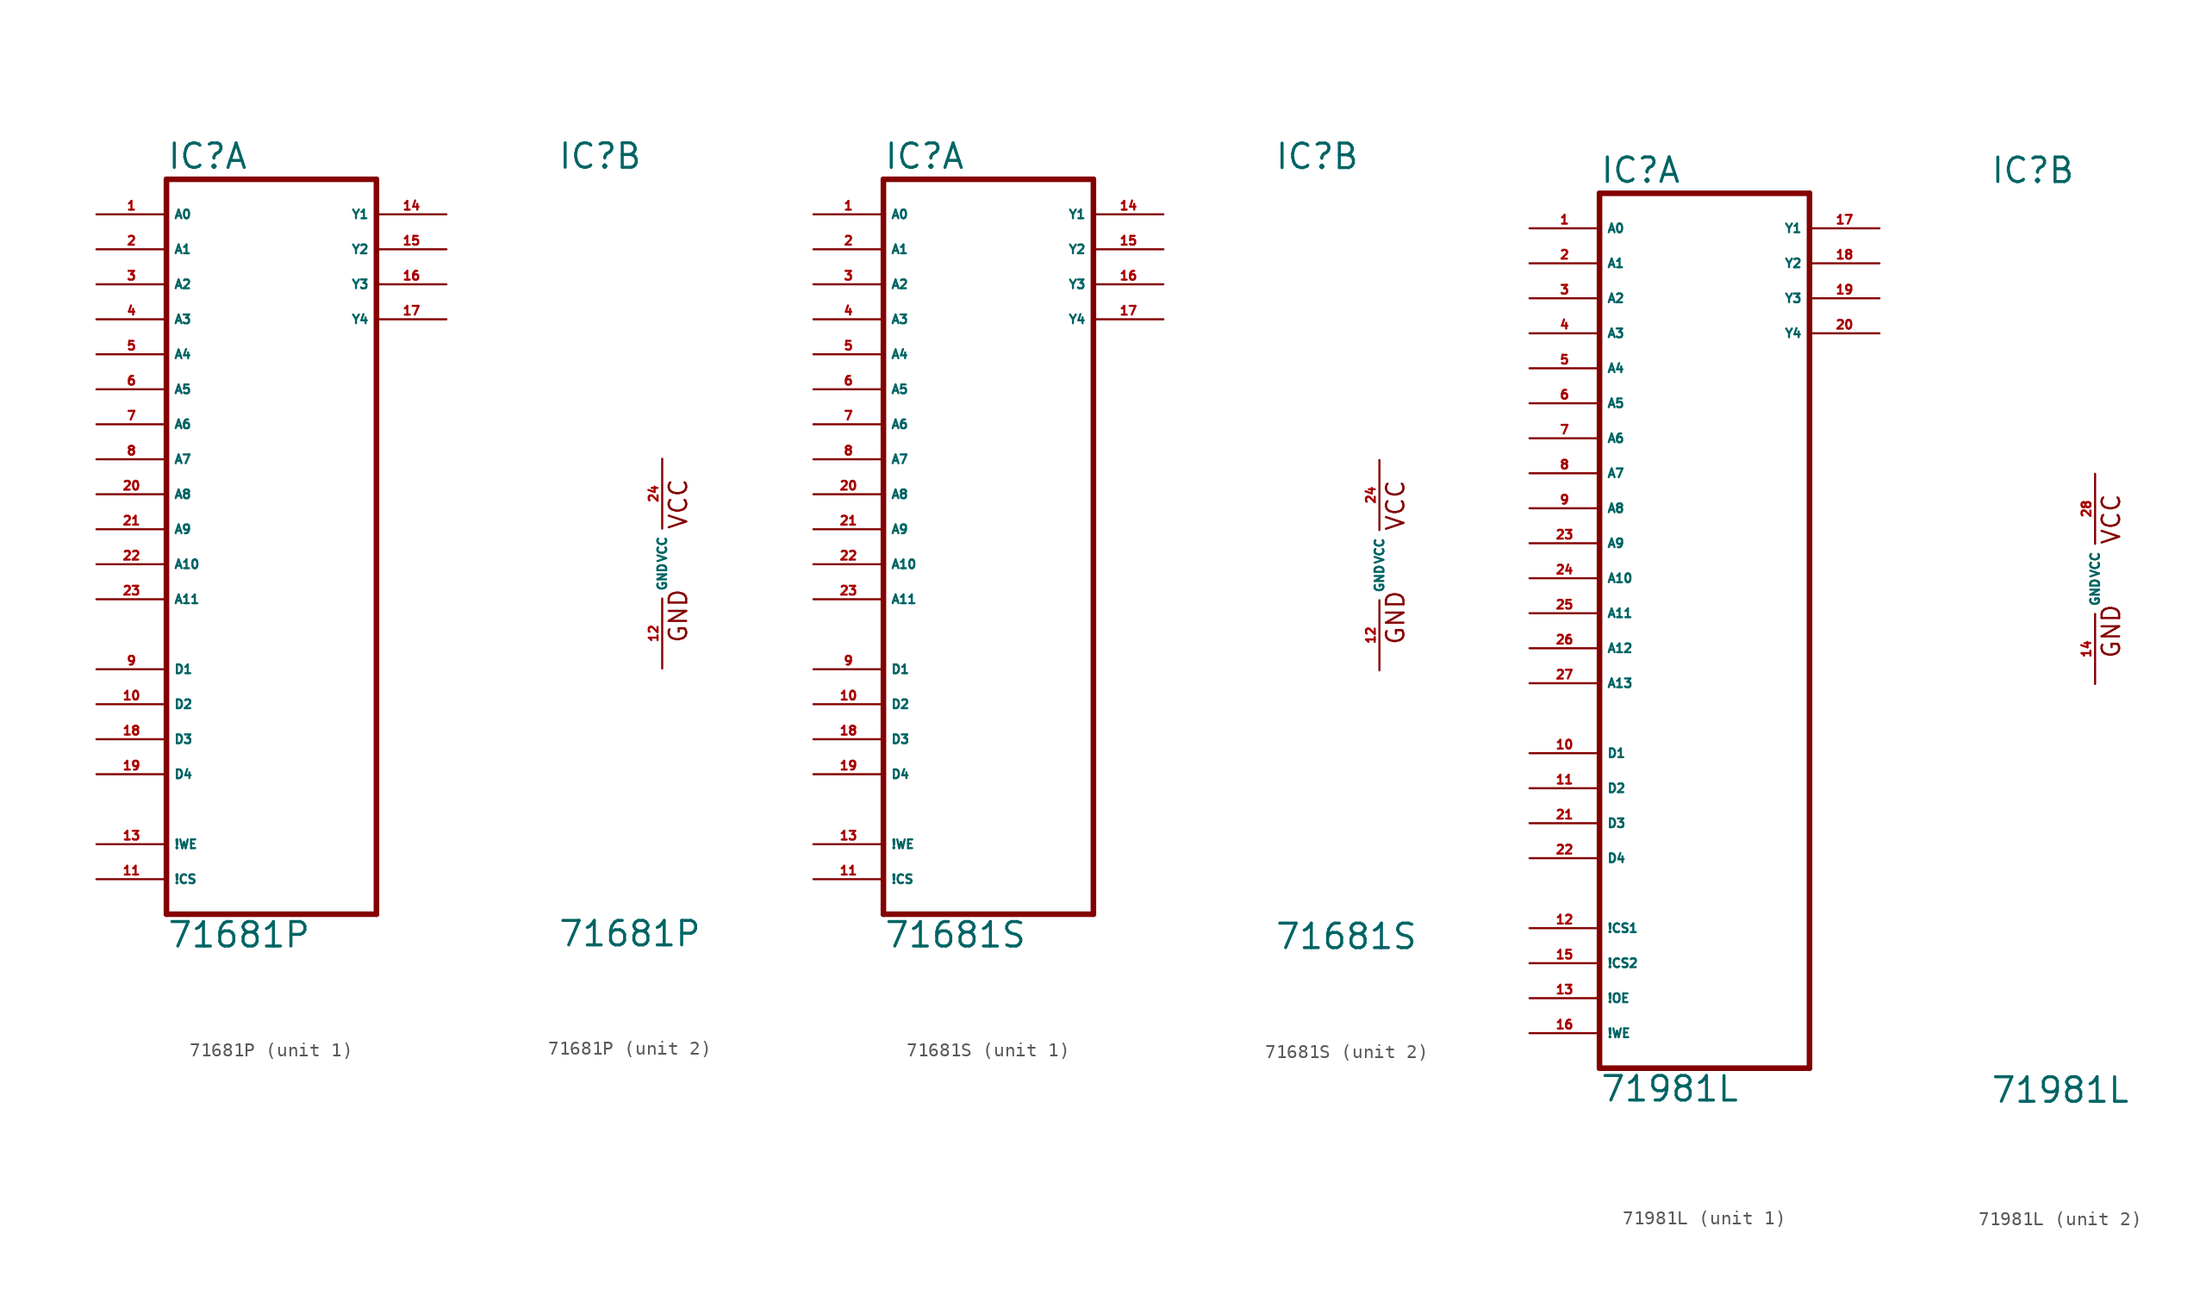
<source format=kicad_sym>
(kicad_symbol_lib
  (version 20220914)
  (generator Eagle2Kicad)
  (symbol "71681P"
    (property "Reference" "IC"
      (at -7.62 28.575 0)
      (effects (font (size 1.778 1.778) (thickness 0.22)) (justify left bottom)))
    (property "Value" "71681P"
      (at -7.62 -27.94 0)
      (effects (font (size 1.778 1.778) (thickness 0.22)) (justify left bottom)))
    (symbol "71681P_1_0"
      (polyline (pts (xy -7.62 -25.4) (xy 7.62 -25.4)) (stroke (width 0.406) (type default)) (fill (type none)))
      (polyline (pts (xy 7.62 -25.4) (xy 7.62 27.94)) (stroke (width 0.406) (type default)) (fill (type none)))
      (polyline (pts (xy 7.62 27.94) (xy -7.62 27.94)) (stroke (width 0.406) (type default)) (fill (type none)))
      (polyline (pts (xy -7.62 27.94) (xy -7.62 -25.4)) (stroke (width 0.406) (type default)) (fill (type none)))
      (pin input line (at -12.7 25.4 0) (length 5.08) (name "A0" (effects (font (size 0.635 0.635) (thickness 0.08)) (justify left bottom))) (number "1" (effects (font (size 0.635 0.635) (thickness 0.08)) (justify left bottom))))
      (pin input line (at -12.7 22.86 0) (length 5.08) (name "A1" (effects (font (size 0.635 0.635) (thickness 0.08)) (justify left bottom))) (number "2" (effects (font (size 0.635 0.635) (thickness 0.08)) (justify left bottom))))
      (pin input line (at -12.7 20.32 0) (length 5.08) (name "A2" (effects (font (size 0.635 0.635) (thickness 0.08)) (justify left bottom))) (number "3" (effects (font (size 0.635 0.635) (thickness 0.08)) (justify left bottom))))
      (pin input line (at -12.7 17.78 0) (length 5.08) (name "A3" (effects (font (size 0.635 0.635) (thickness 0.08)) (justify left bottom))) (number "4" (effects (font (size 0.635 0.635) (thickness 0.08)) (justify left bottom))))
      (pin input line (at -12.7 15.24 0) (length 5.08) (name "A4" (effects (font (size 0.635 0.635) (thickness 0.08)) (justify left bottom))) (number "5" (effects (font (size 0.635 0.635) (thickness 0.08)) (justify left bottom))))
      (pin input line (at -12.7 12.7 0) (length 5.08) (name "A5" (effects (font (size 0.635 0.635) (thickness 0.08)) (justify left bottom))) (number "6" (effects (font (size 0.635 0.635) (thickness 0.08)) (justify left bottom))))
      (pin input line (at -12.7 10.16 0) (length 5.08) (name "A6" (effects (font (size 0.635 0.635) (thickness 0.08)) (justify left bottom))) (number "7" (effects (font (size 0.635 0.635) (thickness 0.08)) (justify left bottom))))
      (pin input line (at -12.7 7.62 0) (length 5.08) (name "A7" (effects (font (size 0.635 0.635) (thickness 0.08)) (justify left bottom))) (number "8" (effects (font (size 0.635 0.635) (thickness 0.08)) (justify left bottom))))
      (pin input line (at -12.7 5.08 0) (length 5.08) (name "A8" (effects (font (size 0.635 0.635) (thickness 0.08)) (justify left bottom))) (number "20" (effects (font (size 0.635 0.635) (thickness 0.08)) (justify left bottom))))
      (pin input line (at -12.7 2.54 0) (length 5.08) (name "A9" (effects (font (size 0.635 0.635) (thickness 0.08)) (justify left bottom))) (number "21" (effects (font (size 0.635 0.635) (thickness 0.08)) (justify left bottom))))
      (pin input line (at -12.7 0 0) (length 5.08) (name "A10" (effects (font (size 0.635 0.635) (thickness 0.08)) (justify left bottom))) (number "22" (effects (font (size 0.635 0.635) (thickness 0.08)) (justify left bottom))))
      (pin input line (at -12.7 -2.54 0) (length 5.08) (name "A11" (effects (font (size 0.635 0.635) (thickness 0.08)) (justify left bottom))) (number "23" (effects (font (size 0.635 0.635) (thickness 0.08)) (justify left bottom))))
      (pin input line (at -12.7 -7.62 0) (length 5.08) (name "D1" (effects (font (size 0.635 0.635) (thickness 0.08)) (justify left bottom))) (number "9" (effects (font (size 0.635 0.635) (thickness 0.08)) (justify left bottom))))
      (pin input line (at -12.7 -10.16 0) (length 5.08) (name "D2" (effects (font (size 0.635 0.635) (thickness 0.08)) (justify left bottom))) (number "10" (effects (font (size 0.635 0.635) (thickness 0.08)) (justify left bottom))))
      (pin input line (at -12.7 -12.7 0) (length 5.08) (name "D3" (effects (font (size 0.635 0.635) (thickness 0.08)) (justify left bottom))) (number "18" (effects (font (size 0.635 0.635) (thickness 0.08)) (justify left bottom))))
      (pin input line (at -12.7 -15.24 0) (length 5.08) (name "D4" (effects (font (size 0.635 0.635) (thickness 0.08)) (justify left bottom))) (number "19" (effects (font (size 0.635 0.635) (thickness 0.08)) (justify left bottom))))
      (pin input line (at -12.7 -20.32 0) (length 5.08) (name "!WE" (effects (font (size 0.635 0.635) (thickness 0.08)) (justify left bottom))) (number "13" (effects (font (size 0.635 0.635) (thickness 0.08)) (justify left bottom))))
      (pin input line (at -12.7 -22.86 0) (length 5.08) (name "!CS" (effects (font (size 0.635 0.635) (thickness 0.08)) (justify left bottom))) (number "11" (effects (font (size 0.635 0.635) (thickness 0.08)) (justify left bottom))))
      (pin output line (at 12.7 25.4 180) (length 5.08) (name "Y1" (effects (font (size 0.635 0.635) (thickness 0.08)) (justify left bottom))) (number "14" (effects (font (size 0.635 0.635) (thickness 0.08)) (justify left bottom))))
      (pin output line (at 12.7 22.86 180) (length 5.08) (name "Y2" (effects (font (size 0.635 0.635) (thickness 0.08)) (justify left bottom))) (number "15" (effects (font (size 0.635 0.635) (thickness 0.08)) (justify left bottom))))
      (pin output line (at 12.7 20.32 180) (length 5.08) (name "Y3" (effects (font (size 0.635 0.635) (thickness 0.08)) (justify left bottom))) (number "16" (effects (font (size 0.635 0.635) (thickness 0.08)) (justify left bottom))))
      (pin output line (at 12.7 17.78 180) (length 5.08) (name "Y4" (effects (font (size 0.635 0.635) (thickness 0.08)) (justify left bottom))) (number "17" (effects (font (size 0.635 0.635) (thickness 0.08)) (justify left bottom)))))
    (symbol "71681P_2_0"
      (text "GND" (at 1.905 -5.842 900) (effects (font (size 1.27 1.27) (thickness 0.16)) (justify left bottom)))
      (text "VCC" (at 1.905 2.413 900) (effects (font (size 1.27 1.27) (thickness 0.16)) (justify left bottom)))
      (pin unspecified line (at 0 7.62 270) (length 5.08) (name "VCC" (effects (font (size 0.635 0.635) (thickness 0.08)) (justify left bottom))) (number "24" (effects (font (size 0.635 0.635) (thickness 0.08)) (justify left bottom))))
      (pin unspecified line (at 0 -7.62 90) (length 5.08) (name "GND" (effects (font (size 0.635 0.635) (thickness 0.08)) (justify left bottom))) (number "12" (effects (font (size 0.635 0.635) (thickness 0.08)) (justify left bottom))))))
  (symbol "71681S"
    (property "Reference" "IC"
      (at -7.62 28.575 0)
      (effects (font (size 1.778 1.778) (thickness 0.22)) (justify left bottom)))
    (property "Value" "71681S"
      (at -7.62 -27.94 0)
      (effects (font (size 1.778 1.778) (thickness 0.22)) (justify left bottom)))
    (symbol "71681S_1_0"
      (polyline (pts (xy -7.62 -25.4) (xy 7.62 -25.4)) (stroke (width 0.406) (type default)) (fill (type none)))
      (polyline (pts (xy 7.62 -25.4) (xy 7.62 27.94)) (stroke (width 0.406) (type default)) (fill (type none)))
      (polyline (pts (xy 7.62 27.94) (xy -7.62 27.94)) (stroke (width 0.406) (type default)) (fill (type none)))
      (polyline (pts (xy -7.62 27.94) (xy -7.62 -25.4)) (stroke (width 0.406) (type default)) (fill (type none)))
      (pin input line (at -12.7 25.4 0) (length 5.08) (name "A0" (effects (font (size 0.635 0.635) (thickness 0.08)) (justify left bottom))) (number "1" (effects (font (size 0.635 0.635) (thickness 0.08)) (justify left bottom))))
      (pin input line (at -12.7 22.86 0) (length 5.08) (name "A1" (effects (font (size 0.635 0.635) (thickness 0.08)) (justify left bottom))) (number "2" (effects (font (size 0.635 0.635) (thickness 0.08)) (justify left bottom))))
      (pin input line (at -12.7 20.32 0) (length 5.08) (name "A2" (effects (font (size 0.635 0.635) (thickness 0.08)) (justify left bottom))) (number "3" (effects (font (size 0.635 0.635) (thickness 0.08)) (justify left bottom))))
      (pin input line (at -12.7 17.78 0) (length 5.08) (name "A3" (effects (font (size 0.635 0.635) (thickness 0.08)) (justify left bottom))) (number "4" (effects (font (size 0.635 0.635) (thickness 0.08)) (justify left bottom))))
      (pin input line (at -12.7 15.24 0) (length 5.08) (name "A4" (effects (font (size 0.635 0.635) (thickness 0.08)) (justify left bottom))) (number "5" (effects (font (size 0.635 0.635) (thickness 0.08)) (justify left bottom))))
      (pin input line (at -12.7 12.7 0) (length 5.08) (name "A5" (effects (font (size 0.635 0.635) (thickness 0.08)) (justify left bottom))) (number "6" (effects (font (size 0.635 0.635) (thickness 0.08)) (justify left bottom))))
      (pin input line (at -12.7 10.16 0) (length 5.08) (name "A6" (effects (font (size 0.635 0.635) (thickness 0.08)) (justify left bottom))) (number "7" (effects (font (size 0.635 0.635) (thickness 0.08)) (justify left bottom))))
      (pin input line (at -12.7 7.62 0) (length 5.08) (name "A7" (effects (font (size 0.635 0.635) (thickness 0.08)) (justify left bottom))) (number "8" (effects (font (size 0.635 0.635) (thickness 0.08)) (justify left bottom))))
      (pin input line (at -12.7 5.08 0) (length 5.08) (name "A8" (effects (font (size 0.635 0.635) (thickness 0.08)) (justify left bottom))) (number "20" (effects (font (size 0.635 0.635) (thickness 0.08)) (justify left bottom))))
      (pin input line (at -12.7 2.54 0) (length 5.08) (name "A9" (effects (font (size 0.635 0.635) (thickness 0.08)) (justify left bottom))) (number "21" (effects (font (size 0.635 0.635) (thickness 0.08)) (justify left bottom))))
      (pin input line (at -12.7 0 0) (length 5.08) (name "A10" (effects (font (size 0.635 0.635) (thickness 0.08)) (justify left bottom))) (number "22" (effects (font (size 0.635 0.635) (thickness 0.08)) (justify left bottom))))
      (pin input line (at -12.7 -2.54 0) (length 5.08) (name "A11" (effects (font (size 0.635 0.635) (thickness 0.08)) (justify left bottom))) (number "23" (effects (font (size 0.635 0.635) (thickness 0.08)) (justify left bottom))))
      (pin input line (at -12.7 -7.62 0) (length 5.08) (name "D1" (effects (font (size 0.635 0.635) (thickness 0.08)) (justify left bottom))) (number "9" (effects (font (size 0.635 0.635) (thickness 0.08)) (justify left bottom))))
      (pin input line (at -12.7 -10.16 0) (length 5.08) (name "D2" (effects (font (size 0.635 0.635) (thickness 0.08)) (justify left bottom))) (number "10" (effects (font (size 0.635 0.635) (thickness 0.08)) (justify left bottom))))
      (pin input line (at -12.7 -12.7 0) (length 5.08) (name "D3" (effects (font (size 0.635 0.635) (thickness 0.08)) (justify left bottom))) (number "18" (effects (font (size 0.635 0.635) (thickness 0.08)) (justify left bottom))))
      (pin input line (at -12.7 -15.24 0) (length 5.08) (name "D4" (effects (font (size 0.635 0.635) (thickness 0.08)) (justify left bottom))) (number "19" (effects (font (size 0.635 0.635) (thickness 0.08)) (justify left bottom))))
      (pin input line (at -12.7 -20.32 0) (length 5.08) (name "!WE" (effects (font (size 0.635 0.635) (thickness 0.08)) (justify left bottom))) (number "13" (effects (font (size 0.635 0.635) (thickness 0.08)) (justify left bottom))))
      (pin input line (at -12.7 -22.86 0) (length 5.08) (name "!CS" (effects (font (size 0.635 0.635) (thickness 0.08)) (justify left bottom))) (number "11" (effects (font (size 0.635 0.635) (thickness 0.08)) (justify left bottom))))
      (pin output line (at 12.7 25.4 180) (length 5.08) (name "Y1" (effects (font (size 0.635 0.635) (thickness 0.08)) (justify left bottom))) (number "14" (effects (font (size 0.635 0.635) (thickness 0.08)) (justify left bottom))))
      (pin output line (at 12.7 22.86 180) (length 5.08) (name "Y2" (effects (font (size 0.635 0.635) (thickness 0.08)) (justify left bottom))) (number "15" (effects (font (size 0.635 0.635) (thickness 0.08)) (justify left bottom))))
      (pin output line (at 12.7 20.32 180) (length 5.08) (name "Y3" (effects (font (size 0.635 0.635) (thickness 0.08)) (justify left bottom))) (number "16" (effects (font (size 0.635 0.635) (thickness 0.08)) (justify left bottom))))
      (pin output line (at 12.7 17.78 180) (length 5.08) (name "Y4" (effects (font (size 0.635 0.635) (thickness 0.08)) (justify left bottom))) (number "17" (effects (font (size 0.635 0.635) (thickness 0.08)) (justify left bottom)))))
    (symbol "71681S_2_0"
      (text "GND" (at 1.905 -5.842 900) (effects (font (size 1.27 1.27) (thickness 0.16)) (justify left bottom)))
      (text "VCC" (at 1.905 2.413 900) (effects (font (size 1.27 1.27) (thickness 0.16)) (justify left bottom)))
      (pin unspecified line (at 0 7.62 270) (length 5.08) (name "VCC" (effects (font (size 0.635 0.635) (thickness 0.08)) (justify left bottom))) (number "24" (effects (font (size 0.635 0.635) (thickness 0.08)) (justify left bottom))))
      (pin unspecified line (at 0 -7.62 90) (length 5.08) (name "GND" (effects (font (size 0.635 0.635) (thickness 0.08)) (justify left bottom))) (number "12" (effects (font (size 0.635 0.635) (thickness 0.08)) (justify left bottom))))))
  (symbol "71981L"
    (property "Reference" "IC"
      (at -7.62 28.575 0)
      (effects (font (size 1.778 1.778) (thickness 0.22)) (justify left bottom)))
    (property "Value" "71981L"
      (at -7.62 -38.1 0)
      (effects (font (size 1.778 1.778) (thickness 0.22)) (justify left bottom)))
    (symbol "71981L_1_0"
      (polyline (pts (xy -7.62 -35.56) (xy 7.62 -35.56)) (stroke (width 0.406) (type default)) (fill (type none)))
      (polyline (pts (xy 7.62 -35.56) (xy 7.62 27.94)) (stroke (width 0.406) (type default)) (fill (type none)))
      (polyline (pts (xy 7.62 27.94) (xy -7.62 27.94)) (stroke (width 0.406) (type default)) (fill (type none)))
      (polyline (pts (xy -7.62 27.94) (xy -7.62 -35.56)) (stroke (width 0.406) (type default)) (fill (type none)))
      (pin input line (at -12.7 25.4 0) (length 5.08) (name "A0" (effects (font (size 0.635 0.635) (thickness 0.08)) (justify left bottom))) (number "1" (effects (font (size 0.635 0.635) (thickness 0.08)) (justify left bottom))))
      (pin input line (at -12.7 22.86 0) (length 5.08) (name "A1" (effects (font (size 0.635 0.635) (thickness 0.08)) (justify left bottom))) (number "2" (effects (font (size 0.635 0.635) (thickness 0.08)) (justify left bottom))))
      (pin input line (at -12.7 20.32 0) (length 5.08) (name "A2" (effects (font (size 0.635 0.635) (thickness 0.08)) (justify left bottom))) (number "3" (effects (font (size 0.635 0.635) (thickness 0.08)) (justify left bottom))))
      (pin input line (at -12.7 17.78 0) (length 5.08) (name "A3" (effects (font (size 0.635 0.635) (thickness 0.08)) (justify left bottom))) (number "4" (effects (font (size 0.635 0.635) (thickness 0.08)) (justify left bottom))))
      (pin input line (at -12.7 15.24 0) (length 5.08) (name "A4" (effects (font (size 0.635 0.635) (thickness 0.08)) (justify left bottom))) (number "5" (effects (font (size 0.635 0.635) (thickness 0.08)) (justify left bottom))))
      (pin input line (at -12.7 12.7 0) (length 5.08) (name "A5" (effects (font (size 0.635 0.635) (thickness 0.08)) (justify left bottom))) (number "6" (effects (font (size 0.635 0.635) (thickness 0.08)) (justify left bottom))))
      (pin input line (at -12.7 10.16 0) (length 5.08) (name "A6" (effects (font (size 0.635 0.635) (thickness 0.08)) (justify left bottom))) (number "7" (effects (font (size 0.635 0.635) (thickness 0.08)) (justify left bottom))))
      (pin input line (at -12.7 7.62 0) (length 5.08) (name "A7" (effects (font (size 0.635 0.635) (thickness 0.08)) (justify left bottom))) (number "8" (effects (font (size 0.635 0.635) (thickness 0.08)) (justify left bottom))))
      (pin input line (at -12.7 5.08 0) (length 5.08) (name "A8" (effects (font (size 0.635 0.635) (thickness 0.08)) (justify left bottom))) (number "9" (effects (font (size 0.635 0.635) (thickness 0.08)) (justify left bottom))))
      (pin input line (at -12.7 2.54 0) (length 5.08) (name "A9" (effects (font (size 0.635 0.635) (thickness 0.08)) (justify left bottom))) (number "23" (effects (font (size 0.635 0.635) (thickness 0.08)) (justify left bottom))))
      (pin input line (at -12.7 0 0) (length 5.08) (name "A10" (effects (font (size 0.635 0.635) (thickness 0.08)) (justify left bottom))) (number "24" (effects (font (size 0.635 0.635) (thickness 0.08)) (justify left bottom))))
      (pin input line (at -12.7 -2.54 0) (length 5.08) (name "A11" (effects (font (size 0.635 0.635) (thickness 0.08)) (justify left bottom))) (number "25" (effects (font (size 0.635 0.635) (thickness 0.08)) (justify left bottom))))
      (pin input line (at -12.7 -5.08 0) (length 5.08) (name "A12" (effects (font (size 0.635 0.635) (thickness 0.08)) (justify left bottom))) (number "26" (effects (font (size 0.635 0.635) (thickness 0.08)) (justify left bottom))))
      (pin input line (at -12.7 -7.62 0) (length 5.08) (name "A13" (effects (font (size 0.635 0.635) (thickness 0.08)) (justify left bottom))) (number "27" (effects (font (size 0.635 0.635) (thickness 0.08)) (justify left bottom))))
      (pin input line (at -12.7 -12.7 0) (length 5.08) (name "D1" (effects (font (size 0.635 0.635) (thickness 0.08)) (justify left bottom))) (number "10" (effects (font (size 0.635 0.635) (thickness 0.08)) (justify left bottom))))
      (pin input line (at -12.7 -15.24 0) (length 5.08) (name "D2" (effects (font (size 0.635 0.635) (thickness 0.08)) (justify left bottom))) (number "11" (effects (font (size 0.635 0.635) (thickness 0.08)) (justify left bottom))))
      (pin input line (at -12.7 -17.78 0) (length 5.08) (name "D3" (effects (font (size 0.635 0.635) (thickness 0.08)) (justify left bottom))) (number "21" (effects (font (size 0.635 0.635) (thickness 0.08)) (justify left bottom))))
      (pin input line (at -12.7 -20.32 0) (length 5.08) (name "D4" (effects (font (size 0.635 0.635) (thickness 0.08)) (justify left bottom))) (number "22" (effects (font (size 0.635 0.635) (thickness 0.08)) (justify left bottom))))
      (pin input line (at -12.7 -25.4 0) (length 5.08) (name "!CS1" (effects (font (size 0.635 0.635) (thickness 0.08)) (justify left bottom))) (number "12" (effects (font (size 0.635 0.635) (thickness 0.08)) (justify left bottom))))
      (pin input line (at -12.7 -27.94 0) (length 5.08) (name "!CS2" (effects (font (size 0.635 0.635) (thickness 0.08)) (justify left bottom))) (number "15" (effects (font (size 0.635 0.635) (thickness 0.08)) (justify left bottom))))
      (pin input line (at -12.7 -30.48 0) (length 5.08) (name "!OE" (effects (font (size 0.635 0.635) (thickness 0.08)) (justify left bottom))) (number "13" (effects (font (size 0.635 0.635) (thickness 0.08)) (justify left bottom))))
      (pin input line (at -12.7 -33.02 0) (length 5.08) (name "!WE" (effects (font (size 0.635 0.635) (thickness 0.08)) (justify left bottom))) (number "16" (effects (font (size 0.635 0.635) (thickness 0.08)) (justify left bottom))))
      (pin output line (at 12.7 25.4 180) (length 5.08) (name "Y1" (effects (font (size 0.635 0.635) (thickness 0.08)) (justify left bottom))) (number "17" (effects (font (size 0.635 0.635) (thickness 0.08)) (justify left bottom))))
      (pin output line (at 12.7 22.86 180) (length 5.08) (name "Y2" (effects (font (size 0.635 0.635) (thickness 0.08)) (justify left bottom))) (number "18" (effects (font (size 0.635 0.635) (thickness 0.08)) (justify left bottom))))
      (pin output line (at 12.7 20.32 180) (length 5.08) (name "Y3" (effects (font (size 0.635 0.635) (thickness 0.08)) (justify left bottom))) (number "19" (effects (font (size 0.635 0.635) (thickness 0.08)) (justify left bottom))))
      (pin output line (at 12.7 17.78 180) (length 5.08) (name "Y4" (effects (font (size 0.635 0.635) (thickness 0.08)) (justify left bottom))) (number "20" (effects (font (size 0.635 0.635) (thickness 0.08)) (justify left bottom)))))
    (symbol "71981L_2_0"
      (text "GND" (at 1.905 -5.842 900) (effects (font (size 1.27 1.27) (thickness 0.16)) (justify left bottom)))
      (text "VCC" (at 1.905 2.413 900) (effects (font (size 1.27 1.27) (thickness 0.16)) (justify left bottom)))
      (pin unspecified line (at 0 7.62 270) (length 5.08) (name "VCC" (effects (font (size 0.635 0.635) (thickness 0.08)) (justify left bottom))) (number "28" (effects (font (size 0.635 0.635) (thickness 0.08)) (justify left bottom))))
      (pin unspecified line (at 0 -7.62 90) (length 5.08) (name "GND" (effects (font (size 0.635 0.635) (thickness 0.08)) (justify left bottom))) (number "14" (effects (font (size 0.635 0.635) (thickness 0.08)) (justify left bottom)))))))
</source>
